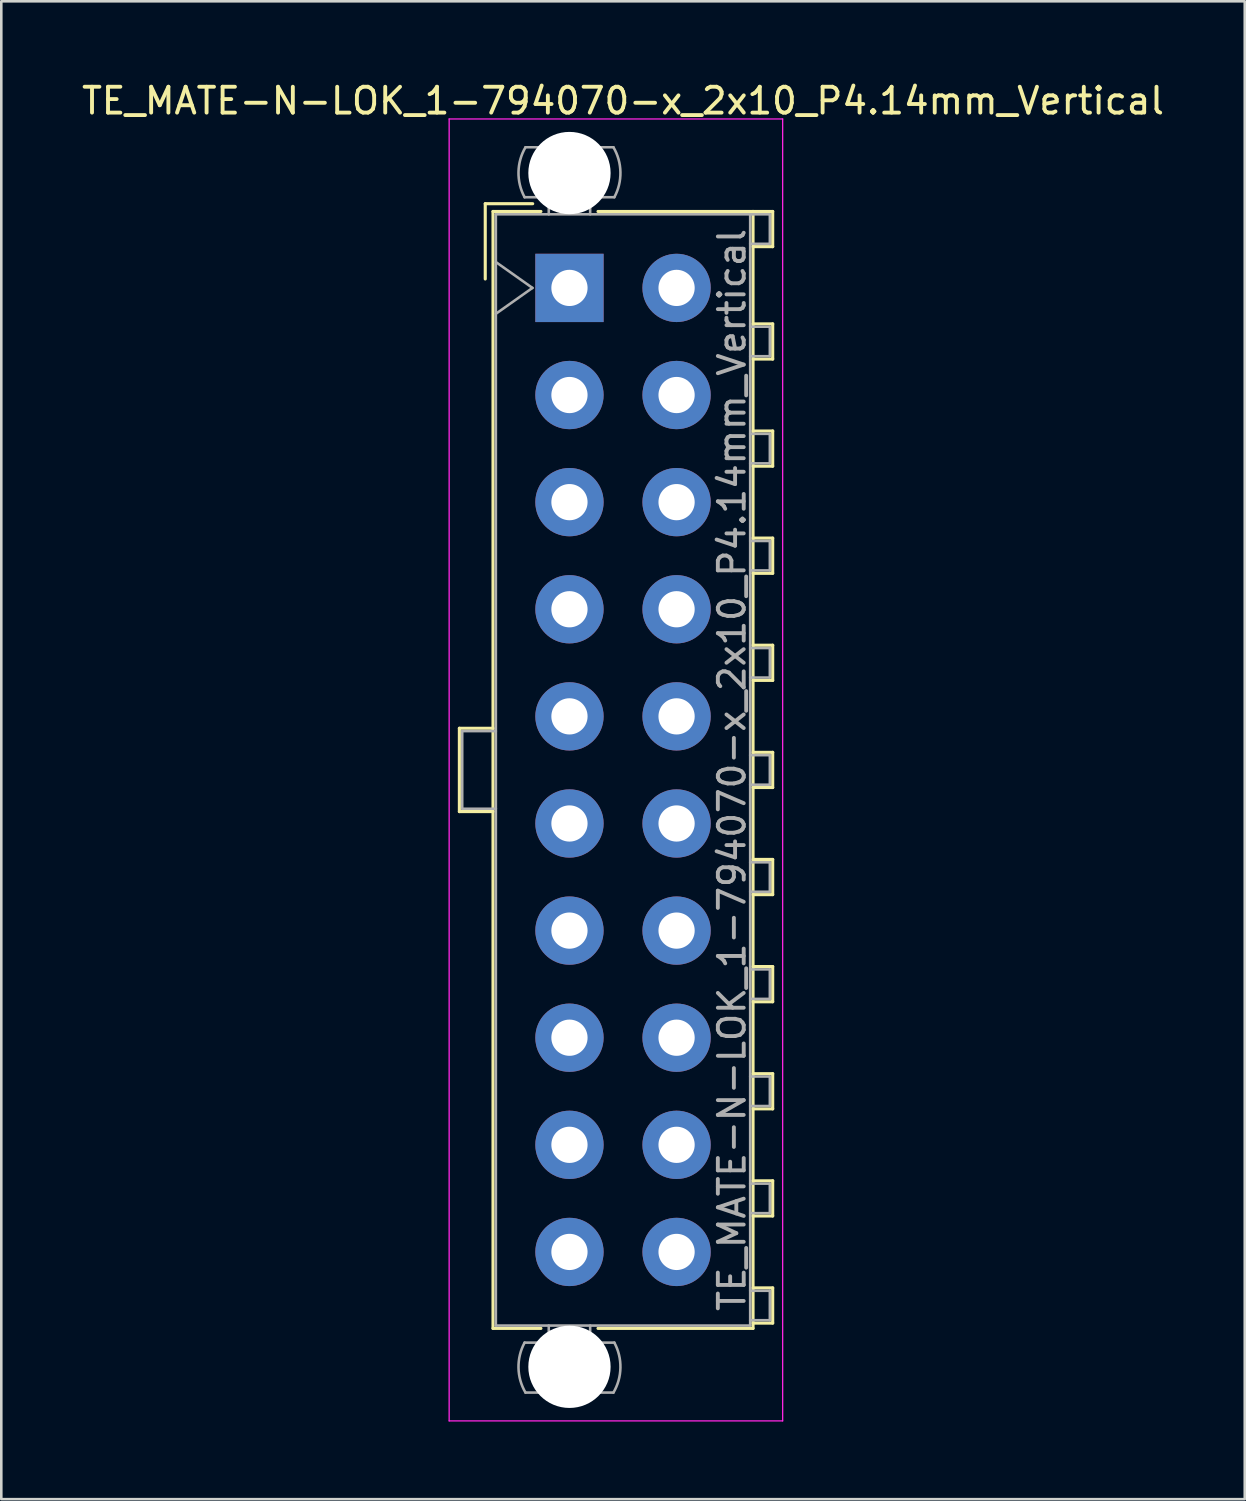
<source format=kicad_pcb>
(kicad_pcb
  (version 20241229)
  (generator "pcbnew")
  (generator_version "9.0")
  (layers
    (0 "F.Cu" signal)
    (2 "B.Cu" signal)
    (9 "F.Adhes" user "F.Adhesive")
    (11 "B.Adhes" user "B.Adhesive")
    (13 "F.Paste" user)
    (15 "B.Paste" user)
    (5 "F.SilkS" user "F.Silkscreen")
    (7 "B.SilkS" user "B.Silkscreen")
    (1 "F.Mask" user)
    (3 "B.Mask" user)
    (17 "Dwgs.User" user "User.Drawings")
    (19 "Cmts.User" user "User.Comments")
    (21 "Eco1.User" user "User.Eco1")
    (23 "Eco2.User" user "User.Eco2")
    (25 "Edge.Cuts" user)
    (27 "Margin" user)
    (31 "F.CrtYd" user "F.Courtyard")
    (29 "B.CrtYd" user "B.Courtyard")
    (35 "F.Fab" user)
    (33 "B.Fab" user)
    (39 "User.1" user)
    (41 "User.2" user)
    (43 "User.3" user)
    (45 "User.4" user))
  (footprint "TE_MATE-N-LOK_1-794070-x_2x10_P4.14mm_Vertical"
    (layer "F.Cu")
    (at 18.96 8.078)
    (property "Reference" "TE_MATE-N-LOK_1-794070-x_2x10_P4.14mm_Vertical" (at 2.07 -7.23 0) (layer "F.SilkS") (effects (font (size 1 1) (thickness 0.15))))
    (attr through_hole)
    (fp_line (start -4.255 17.02) (end -4.255 20.24) (stroke (width 0.12) (type solid)) (layer "F.SilkS"))
    (fp_line (start -4.255 20.24) (end -2.955 20.24) (stroke (width 0.12) (type solid)) (layer "F.SilkS"))
    (fp_line (start -3.255 -3.255) (end -3.255 -0.345) (stroke (width 0.12) (type solid)) (layer "F.SilkS"))
    (fp_line (start -2.955 -2.955) (end -2.955 40.215) (stroke (width 0.12) (type solid)) (layer "F.SilkS"))
    (fp_line (start -2.955 17.02) (end -4.255 17.02) (stroke (width 0.12) (type solid)) (layer "F.SilkS"))
    (fp_line (start -2.955 40.215) (end -1.103 40.215) (stroke (width 0.12) (type solid)) (layer "F.SilkS"))
    (fp_line (start -1.421 -3.255) (end -3.255 -3.255) (stroke (width 0.12) (type solid)) (layer "F.SilkS"))
    (fp_line (start -1.103 -2.955) (end -2.955 -2.955) (stroke (width 0.12) (type solid)) (layer "F.SilkS"))
    (fp_line (start 1.103 -2.955) (end 7.095 -2.955) (stroke (width 0.12) (type solid)) (layer "F.SilkS"))
    (fp_line (start 7.095 -2.955) (end 7.095 40.215) (stroke (width 0.12) (type solid)) (layer "F.SilkS"))
    (fp_line (start 7.095 -2.955) (end 7.855 -2.955) (stroke (width 0.12) (type solid)) (layer "F.SilkS"))
    (fp_line (start 7.095 1.39) (end 7.855 1.39) (stroke (width 0.12) (type solid)) (layer "F.SilkS"))
    (fp_line (start 7.095 5.53) (end 7.855 5.53) (stroke (width 0.12) (type solid)) (layer "F.SilkS"))
    (fp_line (start 7.095 9.67) (end 7.855 9.67) (stroke (width 0.12) (type solid)) (layer "F.SilkS"))
    (fp_line (start 7.095 13.81) (end 7.855 13.81) (stroke (width 0.12) (type solid)) (layer "F.SilkS"))
    (fp_line (start 7.095 17.95) (end 7.855 17.95) (stroke (width 0.12) (type solid)) (layer "F.SilkS"))
    (fp_line (start 7.095 22.09) (end 7.855 22.09) (stroke (width 0.12) (type solid)) (layer "F.SilkS"))
    (fp_line (start 7.095 26.23) (end 7.855 26.23) (stroke (width 0.12) (type solid)) (layer "F.SilkS"))
    (fp_line (start 7.095 30.37) (end 7.855 30.37) (stroke (width 0.12) (type solid)) (layer "F.SilkS"))
    (fp_line (start 7.095 34.51) (end 7.855 34.51) (stroke (width 0.12) (type solid)) (layer "F.SilkS"))
    (fp_line (start 7.095 38.65) (end 7.855 38.65) (stroke (width 0.12) (type solid)) (layer "F.SilkS"))
    (fp_line (start 7.095 40.215) (end 1.103 40.215) (stroke (width 0.12) (type solid)) (layer "F.SilkS"))
    (fp_line (start 7.855 -2.955) (end 7.855 -1.595) (stroke (width 0.12) (type solid)) (layer "F.SilkS"))
    (fp_line (start 7.855 -1.595) (end 7.095 -1.595) (stroke (width 0.12) (type solid)) (layer "F.SilkS"))
    (fp_line (start 7.855 1.39) (end 7.855 2.75) (stroke (width 0.12) (type solid)) (layer "F.SilkS"))
    (fp_line (start 7.855 2.75) (end 7.095 2.75) (stroke (width 0.12) (type solid)) (layer "F.SilkS"))
    (fp_line (start 7.855 5.53) (end 7.855 6.89) (stroke (width 0.12) (type solid)) (layer "F.SilkS"))
    (fp_line (start 7.855 6.89) (end 7.095 6.89) (stroke (width 0.12) (type solid)) (layer "F.SilkS"))
    (fp_line (start 7.855 9.67) (end 7.855 11.03) (stroke (width 0.12) (type solid)) (layer "F.SilkS"))
    (fp_line (start 7.855 11.03) (end 7.095 11.03) (stroke (width 0.12) (type solid)) (layer "F.SilkS"))
    (fp_line (start 7.855 13.81) (end 7.855 15.17) (stroke (width 0.12) (type solid)) (layer "F.SilkS"))
    (fp_line (start 7.855 15.17) (end 7.095 15.17) (stroke (width 0.12) (type solid)) (layer "F.SilkS"))
    (fp_line (start 7.855 17.95) (end 7.855 19.31) (stroke (width 0.12) (type solid)) (layer "F.SilkS"))
    (fp_line (start 7.855 19.31) (end 7.095 19.31) (stroke (width 0.12) (type solid)) (layer "F.SilkS"))
    (fp_line (start 7.855 22.09) (end 7.855 23.45) (stroke (width 0.12) (type solid)) (layer "F.SilkS"))
    (fp_line (start 7.855 23.45) (end 7.095 23.45) (stroke (width 0.12) (type solid)) (layer "F.SilkS"))
    (fp_line (start 7.855 26.23) (end 7.855 27.59) (stroke (width 0.12) (type solid)) (layer "F.SilkS"))
    (fp_line (start 7.855 27.59) (end 7.095 27.59) (stroke (width 0.12) (type solid)) (layer "F.SilkS"))
    (fp_line (start 7.855 30.37) (end 7.855 31.73) (stroke (width 0.12) (type solid)) (layer "F.SilkS"))
    (fp_line (start 7.855 31.73) (end 7.095 31.73) (stroke (width 0.12) (type solid)) (layer "F.SilkS"))
    (fp_line (start 7.855 34.51) (end 7.855 35.87) (stroke (width 0.12) (type solid)) (layer "F.SilkS"))
    (fp_line (start 7.855 35.87) (end 7.095 35.87) (stroke (width 0.12) (type solid)) (layer "F.SilkS"))
    (fp_line (start 7.855 38.65) (end 7.855 40.01) (stroke (width 0.12) (type solid)) (layer "F.SilkS"))
    (fp_line (start 7.855 40.01) (end 7.095 40.01) (stroke (width 0.12) (type solid)) (layer "F.SilkS"))
    (fp_line (start -4.65 -6.53) (end -4.65 43.79) (stroke (width 0.05) (type solid)) (layer "F.CrtYd"))
    (fp_line (start -4.65 43.79) (end 8.24 43.79) (stroke (width 0.05) (type solid)) (layer "F.CrtYd"))
    (fp_line (start 8.24 -6.53) (end -4.65 -6.53) (stroke (width 0.05) (type solid)) (layer "F.CrtYd"))
    (fp_line (start 8.24 43.79) (end 8.24 -6.53) (stroke (width 0.05) (type solid)) (layer "F.CrtYd"))
    (fp_line (start -4.145 17.13) (end -4.145 20.13) (stroke (width 0.1) (type solid)) (layer "F.Fab"))
    (fp_line (start -4.145 20.13) (end -2.845 20.13) (stroke (width 0.1) (type solid)) (layer "F.Fab"))
    (fp_line (start -2.845 -2.845) (end -2.845 40.105) (stroke (width 0.1) (type solid)) (layer "F.Fab"))
    (fp_line (start -2.845 -1) (end -1.431 0) (stroke (width 0.1) (type solid)) (layer "F.Fab"))
    (fp_line (start -2.845 17.13) (end -4.145 17.13) (stroke (width 0.1) (type solid)) (layer "F.Fab"))
    (fp_line (start -2.845 40.105) (end 6.985 40.105) (stroke (width 0.1) (type solid)) (layer "F.Fab"))
    (fp_line (start -1.431 0) (end -2.845 1) (stroke (width 0.1) (type solid)) (layer "F.Fab"))
    (fp_line (start -0.8 -2.845) (end -0.8 -3.505) (stroke (width 0.1) (type solid)) (layer "F.Fab"))
    (fp_line (start -0.8 40.105) (end -0.8 40.765) (stroke (width 0.1) (type solid)) (layer "F.Fab"))
    (fp_line (start 0.8 -2.845) (end 0.8 -3.505) (stroke (width 0.1) (type solid)) (layer "F.Fab"))
    (fp_line (start 0.8 40.105) (end 0.8 40.765) (stroke (width 0.1) (type solid)) (layer "F.Fab"))
    (fp_line (start 1.7 -5.436) (end -1.7 -5.436) (stroke (width 0.1) (type solid)) (layer "F.Fab"))
    (fp_line (start 1.7 42.696) (end -1.7 42.696) (stroke (width 0.1) (type solid)) (layer "F.Fab"))
    (fp_line (start 1.734 -3.505) (end -1.734 -3.505) (stroke (width 0.1) (type solid)) (layer "F.Fab"))
    (fp_line (start 1.734 40.765) (end -1.734 40.765) (stroke (width 0.1) (type solid)) (layer "F.Fab"))
    (fp_line (start 6.985 -2.845) (end -2.845 -2.845) (stroke (width 0.1) (type solid)) (layer "F.Fab"))
    (fp_line (start 6.985 -2.845) (end 7.745 -2.845) (stroke (width 0.1) (type solid)) (layer "F.Fab"))
    (fp_line (start 6.985 1.5) (end 7.745 1.5) (stroke (width 0.1) (type solid)) (layer "F.Fab"))
    (fp_line (start 6.985 5.64) (end 7.745 5.64) (stroke (width 0.1) (type solid)) (layer "F.Fab"))
    (fp_line (start 6.985 9.78) (end 7.745 9.78) (stroke (width 0.1) (type solid)) (layer "F.Fab"))
    (fp_line (start 6.985 13.92) (end 7.745 13.92) (stroke (width 0.1) (type solid)) (layer "F.Fab"))
    (fp_line (start 6.985 18.06) (end 7.745 18.06) (stroke (width 0.1) (type solid)) (layer "F.Fab"))
    (fp_line (start 6.985 22.2) (end 7.745 22.2) (stroke (width 0.1) (type solid)) (layer "F.Fab"))
    (fp_line (start 6.985 26.34) (end 7.745 26.34) (stroke (width 0.1) (type solid)) (layer "F.Fab"))
    (fp_line (start 6.985 30.48) (end 7.745 30.48) (stroke (width 0.1) (type solid)) (layer "F.Fab"))
    (fp_line (start 6.985 34.62) (end 7.745 34.62) (stroke (width 0.1) (type solid)) (layer "F.Fab"))
    (fp_line (start 6.985 38.76) (end 7.745 38.76) (stroke (width 0.1) (type solid)) (layer "F.Fab"))
    (fp_line (start 6.985 40.105) (end 6.985 -2.845) (stroke (width 0.1) (type solid)) (layer "F.Fab"))
    (fp_line (start 7.745 -2.845) (end 7.745 -1.705) (stroke (width 0.1) (type solid)) (layer "F.Fab"))
    (fp_line (start 7.745 -1.705) (end 6.985 -1.705) (stroke (width 0.1) (type solid)) (layer "F.Fab"))
    (fp_line (start 7.745 1.5) (end 7.745 2.64) (stroke (width 0.1) (type solid)) (layer "F.Fab"))
    (fp_line (start 7.745 2.64) (end 6.985 2.64) (stroke (width 0.1) (type solid)) (layer "F.Fab"))
    (fp_line (start 7.745 5.64) (end 7.745 6.78) (stroke (width 0.1) (type solid)) (layer "F.Fab"))
    (fp_line (start 7.745 6.78) (end 6.985 6.78) (stroke (width 0.1) (type solid)) (layer "F.Fab"))
    (fp_line (start 7.745 9.78) (end 7.745 10.92) (stroke (width 0.1) (type solid)) (layer "F.Fab"))
    (fp_line (start 7.745 10.92) (end 6.985 10.92) (stroke (width 0.1) (type solid)) (layer "F.Fab"))
    (fp_line (start 7.745 13.92) (end 7.745 15.06) (stroke (width 0.1) (type solid)) (layer "F.Fab"))
    (fp_line (start 7.745 15.06) (end 6.985 15.06) (stroke (width 0.1) (type solid)) (layer "F.Fab"))
    (fp_line (start 7.745 18.06) (end 7.745 19.2) (stroke (width 0.1) (type solid)) (layer "F.Fab"))
    (fp_line (start 7.745 19.2) (end 6.985 19.2) (stroke (width 0.1) (type solid)) (layer "F.Fab"))
    (fp_line (start 7.745 22.2) (end 7.745 23.34) (stroke (width 0.1) (type solid)) (layer "F.Fab"))
    (fp_line (start 7.745 23.34) (end 6.985 23.34) (stroke (width 0.1) (type solid)) (layer "F.Fab"))
    (fp_line (start 7.745 26.34) (end 7.745 27.48) (stroke (width 0.1) (type solid)) (layer "F.Fab"))
    (fp_line (start 7.745 27.48) (end 6.985 27.48) (stroke (width 0.1) (type solid)) (layer "F.Fab"))
    (fp_line (start 7.745 30.48) (end 7.745 31.62) (stroke (width 0.1) (type solid)) (layer "F.Fab"))
    (fp_line (start 7.745 31.62) (end 6.985 31.62) (stroke (width 0.1) (type solid)) (layer "F.Fab"))
    (fp_line (start 7.745 34.62) (end 7.745 35.76) (stroke (width 0.1) (type solid)) (layer "F.Fab"))
    (fp_line (start 7.745 35.76) (end 6.985 35.76) (stroke (width 0.1) (type solid)) (layer "F.Fab"))
    (fp_line (start 7.745 38.76) (end 7.745 39.9) (stroke (width 0.1) (type solid)) (layer "F.Fab"))
    (fp_line (start 7.745 39.9) (end 6.985 39.9) (stroke (width 0.1) (type solid)) (layer "F.Fab"))
    (fp_arc (start -1.733977 -3.505) (mid -1.96969 -4.474992) (end -1.699672 -5.436) (stroke (width 0.1) (type solid)) (layer "F.Fab"))
    (fp_arc (start -1.699672 42.696) (mid -1.969689 41.734992) (end -1.733977 40.765) (stroke (width 0.1) (type solid)) (layer "F.Fab"))
    (fp_arc (start 1.699672 -5.436) (mid 1.969689 -4.474992) (end 1.733977 -3.505) (stroke (width 0.1) (type solid)) (layer "F.Fab"))
    (fp_arc (start 1.733977 40.765) (mid 1.96969 41.734992) (end 1.699672 42.696) (stroke (width 0.1) (type solid)) (layer "F.Fab"))
    (fp_text user "${REFERENCE}" (at 6.28 18.63 90) (layer "F.Fab") (effects (font (size 1 1) (thickness 0.15))))
    (pad "" np_thru_hole circle (at 0 -4.44) (size 3.18 3.18) (drill 3.18) (layers "*.Cu" "*.Mask"))
    (pad "" np_thru_hole circle (at 0 41.7) (size 3.18 3.18) (drill 3.18) (layers "*.Cu" "*.Mask"))
    (pad "1" thru_hole rect (at 0 0) (size 2.64 2.64) (drill 1.4) (layers "*.Cu" "*.Mask"))
    (pad "2" thru_hole circle (at 0 4.14) (size 2.64 2.64) (drill 1.4) (layers "*.Cu" "*.Mask"))
    (pad "3" thru_hole circle (at 0 8.28) (size 2.64 2.64) (drill 1.4) (layers "*.Cu" "*.Mask"))
    (pad "4" thru_hole circle (at 0 12.42) (size 2.64 2.64) (drill 1.4) (layers "*.Cu" "*.Mask"))
    (pad "5" thru_hole circle (at 0 16.56) (size 2.64 2.64) (drill 1.4) (layers "*.Cu" "*.Mask"))
    (pad "6" thru_hole circle (at 0 20.7) (size 2.64 2.64) (drill 1.4) (layers "*.Cu" "*.Mask"))
    (pad "7" thru_hole circle (at 0 24.84) (size 2.64 2.64) (drill 1.4) (layers "*.Cu" "*.Mask"))
    (pad "8" thru_hole circle (at 0 28.98) (size 2.64 2.64) (drill 1.4) (layers "*.Cu" "*.Mask"))
    (pad "9" thru_hole circle (at 0 33.12) (size 2.64 2.64) (drill 1.4) (layers "*.Cu" "*.Mask"))
    (pad "10" thru_hole circle (at 0 37.26) (size 2.64 2.64) (drill 1.4) (layers "*.Cu" "*.Mask"))
    (pad "11" thru_hole circle (at 4.14 0) (size 2.64 2.64) (drill 1.4) (layers "*.Cu" "*.Mask"))
    (pad "12" thru_hole circle (at 4.14 4.14) (size 2.64 2.64) (drill 1.4) (layers "*.Cu" "*.Mask"))
    (pad "13" thru_hole circle (at 4.14 8.28) (size 2.64 2.64) (drill 1.4) (layers "*.Cu" "*.Mask"))
    (pad "14" thru_hole circle (at 4.14 12.42) (size 2.64 2.64) (drill 1.4) (layers "*.Cu" "*.Mask"))
    (pad "15" thru_hole circle (at 4.14 16.56) (size 2.64 2.64) (drill 1.4) (layers "*.Cu" "*.Mask"))
    (pad "16" thru_hole circle (at 4.14 20.7) (size 2.64 2.64) (drill 1.4) (layers "*.Cu" "*.Mask"))
    (pad "17" thru_hole circle (at 4.14 24.84) (size 2.64 2.64) (drill 1.4) (layers "*.Cu" "*.Mask"))
    (pad "18" thru_hole circle (at 4.14 28.98) (size 2.64 2.64) (drill 1.4) (layers "*.Cu" "*.Mask"))
    (pad "19" thru_hole circle (at 4.14 33.12) (size 2.64 2.64) (drill 1.4) (layers "*.Cu" "*.Mask"))
    (pad "20" thru_hole circle (at 4.14 37.26) (size 2.64 2.64) (drill 1.4) (layers "*.Cu" "*.Mask")))
  (gr_rect
    (start -3 -3)
    (end 45.06 54.893)
    (stroke (width 0.1) (type default))
    (fill no)
    (layer "Edge.Cuts")))
</source>
